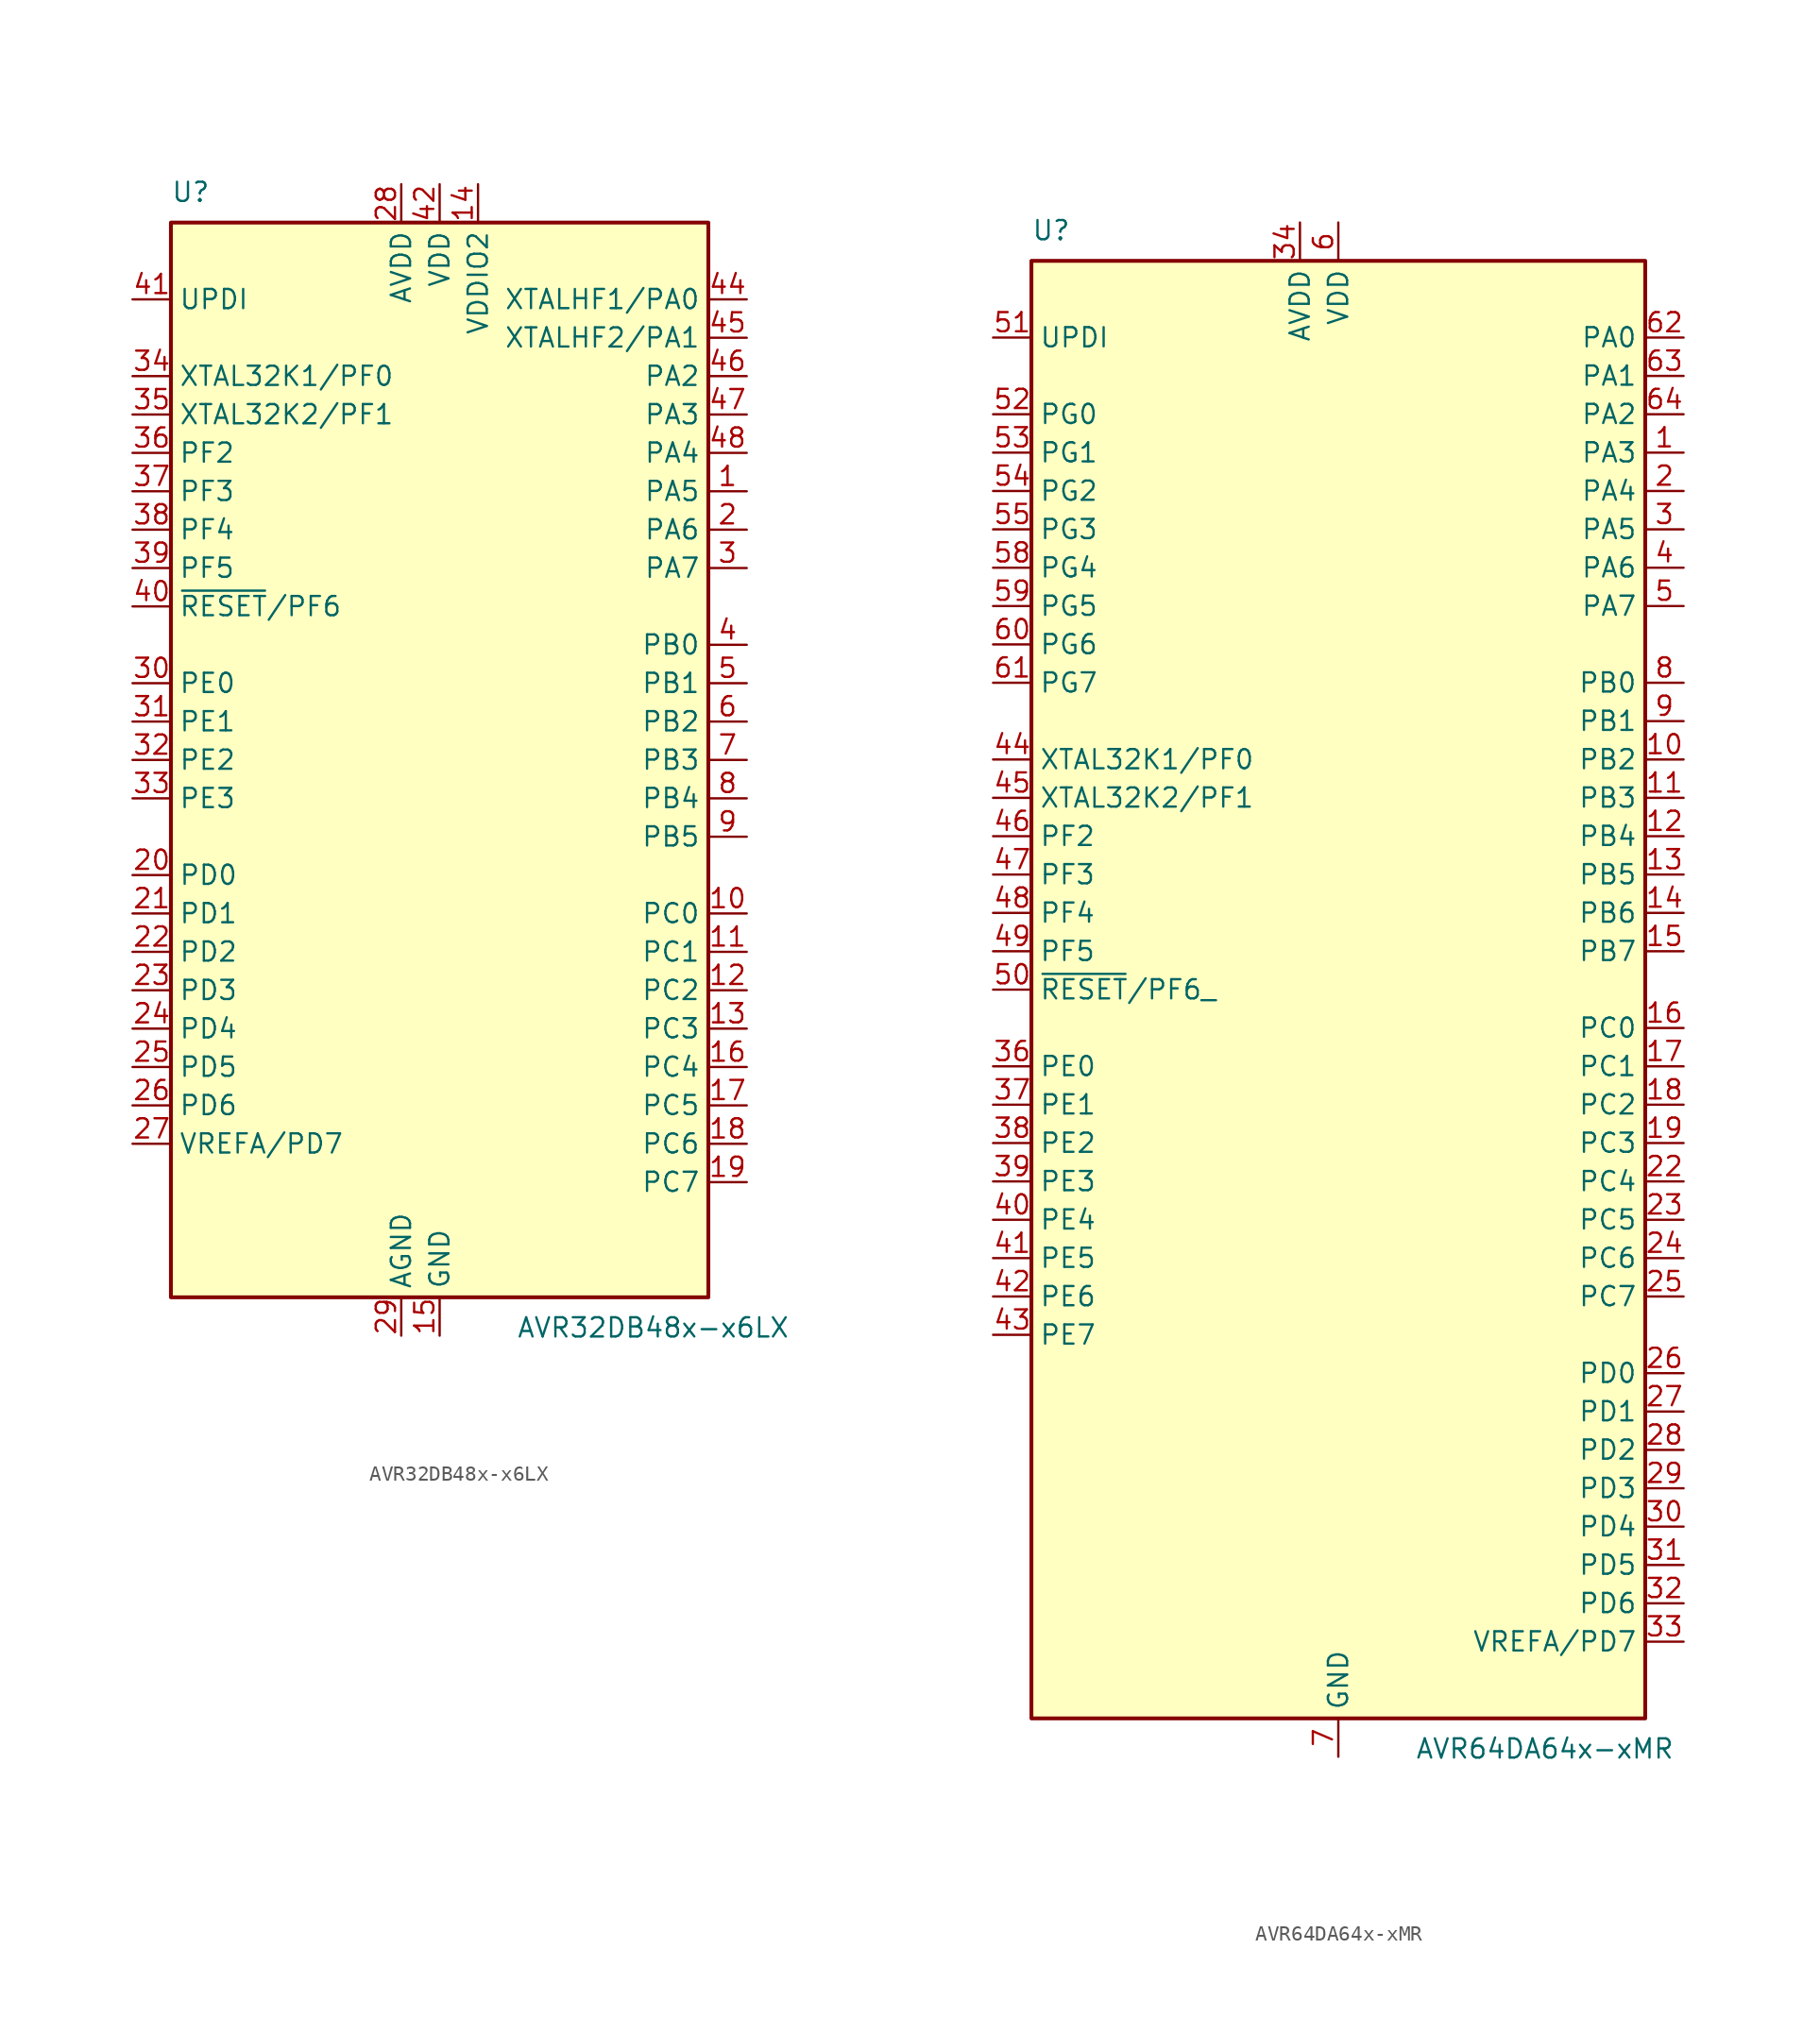
<source format=kicad_sym>
(kicad_symbol_lib
  (version 20241209)
  (generator "kicad_symbol_editor")
  (generator_version "9.0")
  (symbol "AVR32DB48x-x6LX"
    (property "Reference" "U"
      (at -17.78 36.83 0)
      (effects (font (size 1.27 1.27)) (justify left bottom)))
    (property "Value" "AVR32DB48x-x6LX"
      (at 5.08 -36.83 0)
      (effects (font (size 1.27 1.27)) (justify left top)))
    (symbol "AVR32DB48x-x6LX_0_1"
      (rectangle (start -17.78 35.56) (end 17.78 -35.56) (stroke (width 0.254) (type default)) (fill (type background))))
    (symbol "AVR32DB48x-x6LX_1_1"
      (pin input line (at -20.32 30.48 0) (length 2.54) (name "UPDI" (effects (font (size 1.27 1.27)))) (number "41" (effects (font (size 1.27 1.27)))))
      (pin bidirectional line (at -20.32 25.4 0) (length 2.54) (name "XTAL32K1/PF0" (effects (font (size 1.27 1.27)))) (number "34" (effects (font (size 1.27 1.27)))))
      (pin bidirectional line (at -20.32 22.86 0) (length 2.54) (name "XTAL32K2/PF1" (effects (font (size 1.27 1.27)))) (number "35" (effects (font (size 1.27 1.27)))))
      (pin bidirectional line (at -20.32 20.32 0) (length 2.54) (name "PF2" (effects (font (size 1.27 1.27)))) (number "36" (effects (font (size 1.27 1.27)))))
      (pin bidirectional line (at -20.32 17.78 0) (length 2.54) (name "PF3" (effects (font (size 1.27 1.27)))) (number "37" (effects (font (size 1.27 1.27)))))
      (pin bidirectional line (at -20.32 15.24 0) (length 2.54) (name "PF4" (effects (font (size 1.27 1.27)))) (number "38" (effects (font (size 1.27 1.27)))))
      (pin bidirectional line (at -20.32 12.7 0) (length 2.54) (name "PF5" (effects (font (size 1.27 1.27)))) (number "39" (effects (font (size 1.27 1.27)))))
      (pin bidirectional line (at -20.32 10.16 0) (length 2.54) (name "~{RESET}/PF6" (effects (font (size 1.27 1.27)))) (number "40" (effects (font (size 1.27 1.27)))))
      (pin bidirectional line (at -20.32 5.08 0) (length 2.54) (name "PE0" (effects (font (size 1.27 1.27)))) (number "30" (effects (font (size 1.27 1.27)))))
      (pin bidirectional line (at -20.32 2.54 0) (length 2.54) (name "PE1" (effects (font (size 1.27 1.27)))) (number "31" (effects (font (size 1.27 1.27)))))
      (pin bidirectional line (at -20.32 0 0) (length 2.54) (name "PE2" (effects (font (size 1.27 1.27)))) (number "32" (effects (font (size 1.27 1.27)))))
      (pin bidirectional line (at -20.32 -2.54 0) (length 2.54) (name "PE3" (effects (font (size 1.27 1.27)))) (number "33" (effects (font (size 1.27 1.27)))))
      (pin bidirectional line (at -20.32 -7.62 0) (length 2.54) (name "PD0" (effects (font (size 1.27 1.27)))) (number "20" (effects (font (size 1.27 1.27)))))
      (pin bidirectional line (at -20.32 -10.16 0) (length 2.54) (name "PD1" (effects (font (size 1.27 1.27)))) (number "21" (effects (font (size 1.27 1.27)))))
      (pin bidirectional line (at -20.32 -12.7 0) (length 2.54) (name "PD2" (effects (font (size 1.27 1.27)))) (number "22" (effects (font (size 1.27 1.27)))))
      (pin bidirectional line (at -20.32 -15.24 0) (length 2.54) (name "PD3" (effects (font (size 1.27 1.27)))) (number "23" (effects (font (size 1.27 1.27)))))
      (pin bidirectional line (at -20.32 -17.78 0) (length 2.54) (name "PD4" (effects (font (size 1.27 1.27)))) (number "24" (effects (font (size 1.27 1.27)))))
      (pin bidirectional line (at -20.32 -20.32 0) (length 2.54) (name "PD5" (effects (font (size 1.27 1.27)))) (number "25" (effects (font (size 1.27 1.27)))))
      (pin bidirectional line (at -20.32 -22.86 0) (length 2.54) (name "PD6" (effects (font (size 1.27 1.27)))) (number "26" (effects (font (size 1.27 1.27)))))
      (pin bidirectional line (at -20.32 -25.4 0) (length 2.54) (name "VREFA/PD7" (effects (font (size 1.27 1.27)))) (number "27" (effects (font (size 1.27 1.27)))))
      (pin power_in line (at -2.54 38.1 270) (length 2.54) (name "AVDD" (effects (font (size 1.27 1.27)))) (number "28" (effects (font (size 1.27 1.27)))))
      (pin power_in line (at -2.54 -38.1 90) (length 2.54) (name "AGND" (effects (font (size 1.27 1.27)))) (number "29" (effects (font (size 1.27 1.27)))))
      (pin power_in line (at 0 38.1 270) (length 2.54) (name "VDD" (effects (font (size 1.27 1.27)))) (number "42" (effects (font (size 1.27 1.27)))))
      (pin power_in line (at 0 -38.1 90) (length 2.54) (name "GND" (effects (font (size 1.27 1.27)))) (number "15" (effects (font (size 1.27 1.27)))))
      (pin passive line (at 0 -38.1 90) (length 2.54) (hide yes) (name "GND" (effects (font (size 1.27 1.27)))) (number "43" (effects (font (size 1.27 1.27)))))
      (pin passive line (at 0 -38.1 90) (length 2.54) (hide yes) (name "GND" (effects (font (size 1.27 1.27)))) (number "49" (effects (font (size 1.27 1.27)))))
      (pin power_in line (at 2.54 38.1 270) (length 2.54) (name "VDDIO2" (effects (font (size 1.27 1.27)))) (number "14" (effects (font (size 1.27 1.27)))))
      (pin bidirectional line (at 20.32 30.48 180) (length 2.54) (name "XTALHF1/PA0" (effects (font (size 1.27 1.27)))) (number "44" (effects (font (size 1.27 1.27)))))
      (pin bidirectional line (at 20.32 27.94 180) (length 2.54) (name "XTALHF2/PA1" (effects (font (size 1.27 1.27)))) (number "45" (effects (font (size 1.27 1.27)))))
      (pin bidirectional line (at 20.32 25.4 180) (length 2.54) (name "PA2" (effects (font (size 1.27 1.27)))) (number "46" (effects (font (size 1.27 1.27)))))
      (pin bidirectional line (at 20.32 22.86 180) (length 2.54) (name "PA3" (effects (font (size 1.27 1.27)))) (number "47" (effects (font (size 1.27 1.27)))))
      (pin bidirectional line (at 20.32 20.32 180) (length 2.54) (name "PA4" (effects (font (size 1.27 1.27)))) (number "48" (effects (font (size 1.27 1.27)))))
      (pin bidirectional line (at 20.32 17.78 180) (length 2.54) (name "PA5" (effects (font (size 1.27 1.27)))) (number "1" (effects (font (size 1.27 1.27)))))
      (pin bidirectional line (at 20.32 15.24 180) (length 2.54) (name "PA6" (effects (font (size 1.27 1.27)))) (number "2" (effects (font (size 1.27 1.27)))))
      (pin bidirectional line (at 20.32 12.7 180) (length 2.54) (name "PA7" (effects (font (size 1.27 1.27)))) (number "3" (effects (font (size 1.27 1.27)))))
      (pin bidirectional line (at 20.32 7.62 180) (length 2.54) (name "PB0" (effects (font (size 1.27 1.27)))) (number "4" (effects (font (size 1.27 1.27)))))
      (pin bidirectional line (at 20.32 5.08 180) (length 2.54) (name "PB1" (effects (font (size 1.27 1.27)))) (number "5" (effects (font (size 1.27 1.27)))))
      (pin bidirectional line (at 20.32 2.54 180) (length 2.54) (name "PB2" (effects (font (size 1.27 1.27)))) (number "6" (effects (font (size 1.27 1.27)))))
      (pin bidirectional line (at 20.32 0 180) (length 2.54) (name "PB3" (effects (font (size 1.27 1.27)))) (number "7" (effects (font (size 1.27 1.27)))))
      (pin bidirectional line (at 20.32 -2.54 180) (length 2.54) (name "PB4" (effects (font (size 1.27 1.27)))) (number "8" (effects (font (size 1.27 1.27)))))
      (pin bidirectional line (at 20.32 -5.08 180) (length 2.54) (name "PB5" (effects (font (size 1.27 1.27)))) (number "9" (effects (font (size 1.27 1.27)))))
      (pin bidirectional line (at 20.32 -10.16 180) (length 2.54) (name "PC0" (effects (font (size 1.27 1.27)))) (number "10" (effects (font (size 1.27 1.27)))))
      (pin bidirectional line (at 20.32 -12.7 180) (length 2.54) (name "PC1" (effects (font (size 1.27 1.27)))) (number "11" (effects (font (size 1.27 1.27)))))
      (pin bidirectional line (at 20.32 -15.24 180) (length 2.54) (name "PC2" (effects (font (size 1.27 1.27)))) (number "12" (effects (font (size 1.27 1.27)))))
      (pin bidirectional line (at 20.32 -17.78 180) (length 2.54) (name "PC3" (effects (font (size 1.27 1.27)))) (number "13" (effects (font (size 1.27 1.27)))))
      (pin bidirectional line (at 20.32 -20.32 180) (length 2.54) (name "PC4" (effects (font (size 1.27 1.27)))) (number "16" (effects (font (size 1.27 1.27)))))
      (pin bidirectional line (at 20.32 -22.86 180) (length 2.54) (name "PC5" (effects (font (size 1.27 1.27)))) (number "17" (effects (font (size 1.27 1.27)))))
      (pin bidirectional line (at 20.32 -25.4 180) (length 2.54) (name "PC6" (effects (font (size 1.27 1.27)))) (number "18" (effects (font (size 1.27 1.27)))))
      (pin bidirectional line (at 20.32 -27.94 180) (length 2.54) (name "PC7" (effects (font (size 1.27 1.27)))) (number "19" (effects (font (size 1.27 1.27)))))))
  (symbol "AVR64DA64x-xMR"
    (property "Reference" "U"
      (at -20.32 49.53 0)
      (effects (font (size 1.27 1.27)) (justify left bottom)))
    (property "Value" "AVR64DA64x-xMR"
      (at 5.08 -49.53 0)
      (effects (font (size 1.27 1.27)) (justify left top)))
    (symbol "AVR64DA64x-xMR_0_1"
      (rectangle (start -20.32 48.26) (end 20.32 -48.26) (stroke (width 0.254) (type default)) (fill (type background))))
    (symbol "AVR64DA64x-xMR_1_1"
      (pin input line (at -22.86 43.18 0) (length 2.54) (name "UPDI" (effects (font (size 1.27 1.27)))) (number "51" (effects (font (size 1.27 1.27)))))
      (pin bidirectional line (at -22.86 38.1 0) (length 2.54) (name "PG0" (effects (font (size 1.27 1.27)))) (number "52" (effects (font (size 1.27 1.27)))))
      (pin bidirectional line (at -22.86 35.56 0) (length 2.54) (name "PG1" (effects (font (size 1.27 1.27)))) (number "53" (effects (font (size 1.27 1.27)))))
      (pin bidirectional line (at -22.86 33.02 0) (length 2.54) (name "PG2" (effects (font (size 1.27 1.27)))) (number "54" (effects (font (size 1.27 1.27)))))
      (pin bidirectional line (at -22.86 30.48 0) (length 2.54) (name "PG3" (effects (font (size 1.27 1.27)))) (number "55" (effects (font (size 1.27 1.27)))))
      (pin bidirectional line (at -22.86 27.94 0) (length 2.54) (name "PG4" (effects (font (size 1.27 1.27)))) (number "58" (effects (font (size 1.27 1.27)))))
      (pin bidirectional line (at -22.86 25.4 0) (length 2.54) (name "PG5" (effects (font (size 1.27 1.27)))) (number "59" (effects (font (size 1.27 1.27)))))
      (pin bidirectional line (at -22.86 22.86 0) (length 2.54) (name "PG6" (effects (font (size 1.27 1.27)))) (number "60" (effects (font (size 1.27 1.27)))))
      (pin bidirectional line (at -22.86 20.32 0) (length 2.54) (name "PG7" (effects (font (size 1.27 1.27)))) (number "61" (effects (font (size 1.27 1.27)))))
      (pin bidirectional line (at -22.86 15.24 0) (length 2.54) (name "XTAL32K1/PF0" (effects (font (size 1.27 1.27)))) (number "44" (effects (font (size 1.27 1.27)))))
      (pin bidirectional line (at -22.86 12.7 0) (length 2.54) (name "XTAL32K2/PF1" (effects (font (size 1.27 1.27)))) (number "45" (effects (font (size 1.27 1.27)))))
      (pin bidirectional line (at -22.86 10.16 0) (length 2.54) (name "PF2" (effects (font (size 1.27 1.27)))) (number "46" (effects (font (size 1.27 1.27)))))
      (pin bidirectional line (at -22.86 7.62 0) (length 2.54) (name "PF3" (effects (font (size 1.27 1.27)))) (number "47" (effects (font (size 1.27 1.27)))))
      (pin bidirectional line (at -22.86 5.08 0) (length 2.54) (name "PF4" (effects (font (size 1.27 1.27)))) (number "48" (effects (font (size 1.27 1.27)))))
      (pin bidirectional line (at -22.86 2.54 0) (length 2.54) (name "PF5" (effects (font (size 1.27 1.27)))) (number "49" (effects (font (size 1.27 1.27)))))
      (pin bidirectional line (at -22.86 0 0) (length 2.54) (name "~{RESET}/PF6_" (effects (font (size 1.27 1.27)))) (number "50" (effects (font (size 1.27 1.27)))))
      (pin bidirectional line (at -22.86 -5.08 0) (length 2.54) (name "PE0" (effects (font (size 1.27 1.27)))) (number "36" (effects (font (size 1.27 1.27)))))
      (pin bidirectional line (at -22.86 -7.62 0) (length 2.54) (name "PE1" (effects (font (size 1.27 1.27)))) (number "37" (effects (font (size 1.27 1.27)))))
      (pin bidirectional line (at -22.86 -10.16 0) (length 2.54) (name "PE2" (effects (font (size 1.27 1.27)))) (number "38" (effects (font (size 1.27 1.27)))))
      (pin bidirectional line (at -22.86 -12.7 0) (length 2.54) (name "PE3" (effects (font (size 1.27 1.27)))) (number "39" (effects (font (size 1.27 1.27)))))
      (pin bidirectional line (at -22.86 -15.24 0) (length 2.54) (name "PE4" (effects (font (size 1.27 1.27)))) (number "40" (effects (font (size 1.27 1.27)))))
      (pin bidirectional line (at -22.86 -17.78 0) (length 2.54) (name "PE5" (effects (font (size 1.27 1.27)))) (number "41" (effects (font (size 1.27 1.27)))))
      (pin bidirectional line (at -22.86 -20.32 0) (length 2.54) (name "PE6" (effects (font (size 1.27 1.27)))) (number "42" (effects (font (size 1.27 1.27)))))
      (pin bidirectional line (at -22.86 -22.86 0) (length 2.54) (name "PE7" (effects (font (size 1.27 1.27)))) (number "43" (effects (font (size 1.27 1.27)))))
      (pin power_in line (at -2.54 50.8 270) (length 2.54) (name "AVDD" (effects (font (size 1.27 1.27)))) (number "34" (effects (font (size 1.27 1.27)))))
      (pin passive line (at 0 50.8 270) (length 2.54) (hide yes) (name "VDD" (effects (font (size 1.27 1.27)))) (number "20" (effects (font (size 1.27 1.27)))))
      (pin passive line (at 0 50.8 270) (length 2.54) (hide yes) (name "VDD" (effects (font (size 1.27 1.27)))) (number "56" (effects (font (size 1.27 1.27)))))
      (pin power_in line (at 0 50.8 270) (length 2.54) (name "VDD" (effects (font (size 1.27 1.27)))) (number "6" (effects (font (size 1.27 1.27)))))
      (pin passive line (at 0 -50.8 90) (length 2.54) (hide yes) (name "GND" (effects (font (size 1.27 1.27)))) (number "21" (effects (font (size 1.27 1.27)))))
      (pin passive line (at 0 -50.8 90) (length 2.54) (hide yes) (name "GND" (effects (font (size 1.27 1.27)))) (number "35" (effects (font (size 1.27 1.27)))))
      (pin passive line (at 0 -50.8 90) (length 2.54) (hide yes) (name "GND" (effects (font (size 1.27 1.27)))) (number "57" (effects (font (size 1.27 1.27)))))
      (pin passive line (at 0 -50.8 90) (length 2.54) (hide yes) (name "GND" (effects (font (size 1.27 1.27)))) (number "65" (effects (font (size 1.27 1.27)))))
      (pin power_in line (at 0 -50.8 90) (length 2.54) (name "GND" (effects (font (size 1.27 1.27)))) (number "7" (effects (font (size 1.27 1.27)))))
      (pin bidirectional line (at 22.86 43.18 180) (length 2.54) (name "PA0" (effects (font (size 1.27 1.27)))) (number "62" (effects (font (size 1.27 1.27)))))
      (pin bidirectional line (at 22.86 40.64 180) (length 2.54) (name "PA1" (effects (font (size 1.27 1.27)))) (number "63" (effects (font (size 1.27 1.27)))))
      (pin bidirectional line (at 22.86 38.1 180) (length 2.54) (name "PA2" (effects (font (size 1.27 1.27)))) (number "64" (effects (font (size 1.27 1.27)))))
      (pin bidirectional line (at 22.86 35.56 180) (length 2.54) (name "PA3" (effects (font (size 1.27 1.27)))) (number "1" (effects (font (size 1.27 1.27)))))
      (pin bidirectional line (at 22.86 33.02 180) (length 2.54) (name "PA4" (effects (font (size 1.27 1.27)))) (number "2" (effects (font (size 1.27 1.27)))))
      (pin bidirectional line (at 22.86 30.48 180) (length 2.54) (name "PA5" (effects (font (size 1.27 1.27)))) (number "3" (effects (font (size 1.27 1.27)))))
      (pin bidirectional line (at 22.86 27.94 180) (length 2.54) (name "PA6" (effects (font (size 1.27 1.27)))) (number "4" (effects (font (size 1.27 1.27)))))
      (pin bidirectional line (at 22.86 25.4 180) (length 2.54) (name "PA7" (effects (font (size 1.27 1.27)))) (number "5" (effects (font (size 1.27 1.27)))))
      (pin bidirectional line (at 22.86 20.32 180) (length 2.54) (name "PB0" (effects (font (size 1.27 1.27)))) (number "8" (effects (font (size 1.27 1.27)))))
      (pin bidirectional line (at 22.86 17.78 180) (length 2.54) (name "PB1" (effects (font (size 1.27 1.27)))) (number "9" (effects (font (size 1.27 1.27)))))
      (pin bidirectional line (at 22.86 15.24 180) (length 2.54) (name "PB2" (effects (font (size 1.27 1.27)))) (number "10" (effects (font (size 1.27 1.27)))))
      (pin bidirectional line (at 22.86 12.7 180) (length 2.54) (name "PB3" (effects (font (size 1.27 1.27)))) (number "11" (effects (font (size 1.27 1.27)))))
      (pin bidirectional line (at 22.86 10.16 180) (length 2.54) (name "PB4" (effects (font (size 1.27 1.27)))) (number "12" (effects (font (size 1.27 1.27)))))
      (pin bidirectional line (at 22.86 7.62 180) (length 2.54) (name "PB5" (effects (font (size 1.27 1.27)))) (number "13" (effects (font (size 1.27 1.27)))))
      (pin bidirectional line (at 22.86 5.08 180) (length 2.54) (name "PB6" (effects (font (size 1.27 1.27)))) (number "14" (effects (font (size 1.27 1.27)))))
      (pin bidirectional line (at 22.86 2.54 180) (length 2.54) (name "PB7" (effects (font (size 1.27 1.27)))) (number "15" (effects (font (size 1.27 1.27)))))
      (pin bidirectional line (at 22.86 -2.54 180) (length 2.54) (name "PC0" (effects (font (size 1.27 1.27)))) (number "16" (effects (font (size 1.27 1.27)))))
      (pin bidirectional line (at 22.86 -5.08 180) (length 2.54) (name "PC1" (effects (font (size 1.27 1.27)))) (number "17" (effects (font (size 1.27 1.27)))))
      (pin bidirectional line (at 22.86 -7.62 180) (length 2.54) (name "PC2" (effects (font (size 1.27 1.27)))) (number "18" (effects (font (size 1.27 1.27)))))
      (pin bidirectional line (at 22.86 -10.16 180) (length 2.54) (name "PC3" (effects (font (size 1.27 1.27)))) (number "19" (effects (font (size 1.27 1.27)))))
      (pin bidirectional line (at 22.86 -12.7 180) (length 2.54) (name "PC4" (effects (font (size 1.27 1.27)))) (number "22" (effects (font (size 1.27 1.27)))))
      (pin bidirectional line (at 22.86 -15.24 180) (length 2.54) (name "PC5" (effects (font (size 1.27 1.27)))) (number "23" (effects (font (size 1.27 1.27)))))
      (pin bidirectional line (at 22.86 -17.78 180) (length 2.54) (name "PC6" (effects (font (size 1.27 1.27)))) (number "24" (effects (font (size 1.27 1.27)))))
      (pin bidirectional line (at 22.86 -20.32 180) (length 2.54) (name "PC7" (effects (font (size 1.27 1.27)))) (number "25" (effects (font (size 1.27 1.27)))))
      (pin bidirectional line (at 22.86 -25.4 180) (length 2.54) (name "PD0" (effects (font (size 1.27 1.27)))) (number "26" (effects (font (size 1.27 1.27)))))
      (pin bidirectional line (at 22.86 -27.94 180) (length 2.54) (name "PD1" (effects (font (size 1.27 1.27)))) (number "27" (effects (font (size 1.27 1.27)))))
      (pin bidirectional line (at 22.86 -30.48 180) (length 2.54) (name "PD2" (effects (font (size 1.27 1.27)))) (number "28" (effects (font (size 1.27 1.27)))))
      (pin bidirectional line (at 22.86 -33.02 180) (length 2.54) (name "PD3" (effects (font (size 1.27 1.27)))) (number "29" (effects (font (size 1.27 1.27)))))
      (pin bidirectional line (at 22.86 -35.56 180) (length 2.54) (name "PD4" (effects (font (size 1.27 1.27)))) (number "30" (effects (font (size 1.27 1.27)))))
      (pin bidirectional line (at 22.86 -38.1 180) (length 2.54) (name "PD5" (effects (font (size 1.27 1.27)))) (number "31" (effects (font (size 1.27 1.27)))))
      (pin bidirectional line (at 22.86 -40.64 180) (length 2.54) (name "PD6" (effects (font (size 1.27 1.27)))) (number "32" (effects (font (size 1.27 1.27)))))
      (pin bidirectional line (at 22.86 -43.18 180) (length 2.54) (name "VREFA/PD7" (effects (font (size 1.27 1.27)))) (number "33" (effects (font (size 1.27 1.27))))))))
</source>
